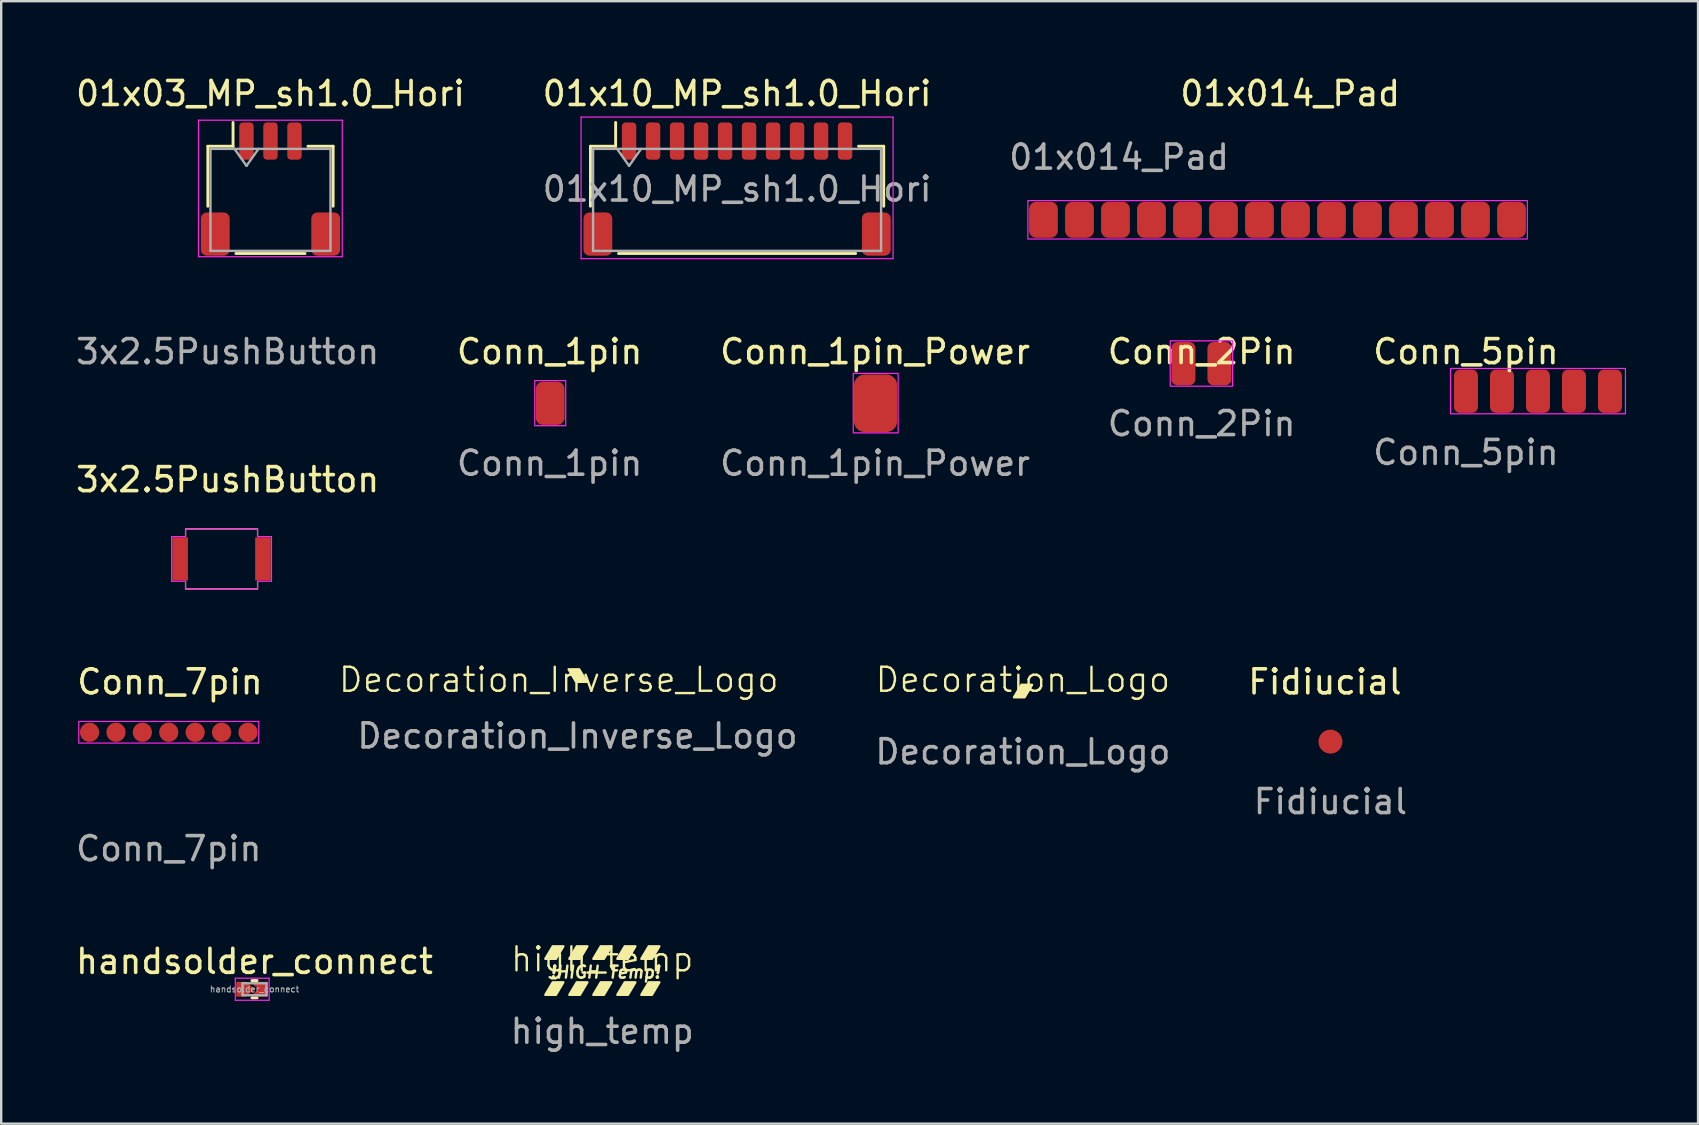
<source format=kicad_pcb>
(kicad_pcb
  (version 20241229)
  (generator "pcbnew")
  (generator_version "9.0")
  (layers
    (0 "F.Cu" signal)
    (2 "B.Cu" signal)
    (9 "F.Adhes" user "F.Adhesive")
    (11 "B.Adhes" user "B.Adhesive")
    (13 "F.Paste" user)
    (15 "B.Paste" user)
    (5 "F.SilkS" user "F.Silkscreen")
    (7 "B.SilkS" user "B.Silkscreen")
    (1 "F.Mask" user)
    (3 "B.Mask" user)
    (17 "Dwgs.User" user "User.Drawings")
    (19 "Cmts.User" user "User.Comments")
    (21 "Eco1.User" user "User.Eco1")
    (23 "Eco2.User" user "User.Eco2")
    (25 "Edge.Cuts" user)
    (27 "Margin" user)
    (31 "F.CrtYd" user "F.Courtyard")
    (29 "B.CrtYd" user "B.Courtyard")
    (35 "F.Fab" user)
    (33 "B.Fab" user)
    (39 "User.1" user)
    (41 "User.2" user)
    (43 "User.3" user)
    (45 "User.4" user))
  (footprint "01x10_MP_sh1.0_Hori"
    (layer "F.Cu")
    (at 27.661 4.828)
    (property "Reference" "01x10_MP_sh1.0_Hori" (at 0 -3.98 180) (layer "F.SilkS") (effects (font (size 1 1) (thickness 0.15))))
    (attr smd)
    (fp_line (start -6.11 -1.785) (end -5.06 -1.785) (stroke (width 0.12) (type solid)) (layer "F.SilkS"))
    (fp_line (start -6.11 0.715) (end -6.11 -1.785) (stroke (width 0.12) (type solid)) (layer "F.SilkS"))
    (fp_line (start -5.06 -1.785) (end -5.06 -2.775) (stroke (width 0.12) (type solid)) (layer "F.SilkS"))
    (fp_line (start -4.94 2.685) (end 4.94 2.685) (stroke (width 0.12) (type solid)) (layer "F.SilkS"))
    (fp_line (start 6.11 -1.785) (end 5.06 -1.785) (stroke (width 0.12) (type solid)) (layer "F.SilkS"))
    (fp_line (start 6.11 0.715) (end 6.11 -1.785) (stroke (width 0.12) (type solid)) (layer "F.SilkS"))
    (fp_line (start -6.5 -3) (end -6.5 2.9) (stroke (width 0.05) (type solid)) (layer "F.CrtYd"))
    (fp_line (start -6.5 2.9) (end 6.5 2.9) (stroke (width 0.05) (type solid)) (layer "F.CrtYd"))
    (fp_line (start 6.5 -3) (end -6.5 -3) (stroke (width 0.05) (type solid)) (layer "F.CrtYd"))
    (fp_line (start 6.5 2.9) (end 6.5 -3) (stroke (width 0.05) (type solid)) (layer "F.CrtYd"))
    (fp_line (start -6 -1.675) (end -6 2.575) (stroke (width 0.1) (type solid)) (layer "F.Fab"))
    (fp_line (start -6 -1.675) (end 6 -1.675) (stroke (width 0.1) (type solid)) (layer "F.Fab"))
    (fp_line (start -6 2.575) (end 6 2.575) (stroke (width 0.1) (type solid)) (layer "F.Fab"))
    (fp_line (start -5 -1.675) (end -4.5 -0.968) (stroke (width 0.1) (type solid)) (layer "F.Fab"))
    (fp_line (start -4.5 -0.968) (end -4 -1.675) (stroke (width 0.1) (type solid)) (layer "F.Fab"))
    (fp_line (start 6 -1.675) (end 6 2.575) (stroke (width 0.1) (type solid)) (layer "F.Fab"))
    (fp_text user "${REFERENCE}" (at 0 0 180) (layer "F.Fab") (effects (font (size 1 1) (thickness 0.15))))
    (pad "1" smd roundrect (at -4.5 -2) (size 0.6 1.55) (layers "F.Cu" "F.Mask" "F.Paste") (roundrect_rratio 0.25))
    (pad "2" smd roundrect (at -3.5 -2) (size 0.6 1.55) (layers "F.Cu" "F.Mask" "F.Paste") (roundrect_rratio 0.25))
    (pad "3" smd roundrect (at -2.5 -2) (size 0.6 1.55) (layers "F.Cu" "F.Mask" "F.Paste") (roundrect_rratio 0.25))
    (pad "4" smd roundrect (at -1.5 -2) (size 0.6 1.55) (layers "F.Cu" "F.Mask" "F.Paste") (roundrect_rratio 0.25))
    (pad "5" smd roundrect (at -0.5 -2) (size 0.6 1.55) (layers "F.Cu" "F.Mask" "F.Paste") (roundrect_rratio 0.25))
    (pad "6" smd roundrect (at 0.5 -2) (size 0.6 1.55) (layers "F.Cu" "F.Mask" "F.Paste") (roundrect_rratio 0.25))
    (pad "7" smd roundrect (at 1.5 -2) (size 0.6 1.55) (layers "F.Cu" "F.Mask" "F.Paste") (roundrect_rratio 0.25))
    (pad "8" smd roundrect (at 2.5 -2) (size 0.6 1.55) (layers "F.Cu" "F.Mask" "F.Paste") (roundrect_rratio 0.25))
    (pad "9" smd roundrect (at 3.5 -2) (size 0.6 1.55) (layers "F.Cu" "F.Mask" "F.Paste") (roundrect_rratio 0.25))
    (pad "10" smd roundrect (at 4.5 -2) (size 0.6 1.55) (layers "F.Cu" "F.Mask" "F.Paste") (roundrect_rratio 0.25))
    (pad "MP" smd roundrect (at -5.8 1.875) (size 1.2 1.8) (layers "F.Cu" "F.Mask" "F.Paste") (roundrect_rratio 0.208))
    (pad "MP" smd roundrect (at 5.8 1.875) (size 1.2 1.8) (layers "F.Cu" "F.Mask" "F.Paste") (roundrect_rratio 0.208)))
  (footprint "Conn_1pin_Power"
    (layer "F.Cu")
    (at 33.411 13.752)
    (property "Reference" "Conn_1pin_Power" (at 0 -2.15 0) (unlocked yes) (layer "F.SilkS") (effects (font (size 1 1) (thickness 0.15))))
    (attr smd exclude_from_bom)
    (fp_rect (start -0.91 -1.245) (end 0.96 1.235) (stroke (width 0.05) (type solid)) (fill no) (layer "F.CrtYd"))
    (fp_text user "${REFERENCE}" (at 0 2.5 0) (unlocked yes) (layer "F.Fab") (effects (font (size 1 1) (thickness 0.15))))
    (pad "1" smd roundrect (at 0.02 0) (size 1.8 2.4) (layers "F.Cu" "F.Mask" "F.Paste") (roundrect_rratio 0.25)))
  (footprint "Fidiucial"
    (layer "F.Cu")
    (at 52.384 27.851)
    (property "Reference" "Fidiucial" (at -0.23 -2.49 0) (unlocked yes) (layer "F.SilkS") (effects (font (size 1 1) (thickness 0.15))))
    (attr smd)
    (fp_text user "${REFERENCE}" (at 0 2.5 0) (unlocked yes) (layer "F.Fab") (effects (font (size 1 1) (thickness 0.15))))
    (pad "1" smd circle (at 0 0) (size 1 1) (layers "F.Cu" "F.Mask" "F.Paste")))
  (footprint "Conn_1pin"
    (layer "F.Cu")
    (at 19.851 13.752)
    (property "Reference" "Conn_1pin" (at 0 -2.15 0) (unlocked yes) (layer "F.SilkS") (effects (font (size 1 1) (thickness 0.15))))
    (attr smd exclude_from_bom)
    (fp_rect (start -0.62 -0.945) (end 0.67 0.935) (stroke (width 0.05) (type solid)) (fill no) (layer "F.CrtYd"))
    (fp_text user "${REFERENCE}" (at 0 2.5 0) (unlocked yes) (layer "F.Fab") (effects (font (size 1 1) (thickness 0.15))))
    (pad "1" smd roundrect (at 0.02 0) (size 1.2 1.8) (layers "F.Cu" "F.Mask" "F.Paste") (roundrect_rratio 0.25)))
  (footprint "01x03_MP_sh1.0_Hori"
    (layer "F.Cu")
    (at 8.22 4.828)
    (property "Reference" "01x03_MP_sh1.0_Hori" (at 0 -3.98 0) (layer "F.SilkS") (effects (font (size 1 1) (thickness 0.15))))
    (attr smd)
    (fp_line (start -2.61 -1.785) (end -1.56 -1.785) (stroke (width 0.12) (type solid)) (layer "F.SilkS"))
    (fp_line (start -2.61 0.715) (end -2.61 -1.785) (stroke (width 0.12) (type solid)) (layer "F.SilkS"))
    (fp_line (start -1.56 -1.785) (end -1.56 -2.775) (stroke (width 0.12) (type solid)) (layer "F.SilkS"))
    (fp_line (start -1.44 2.685) (end 1.44 2.685) (stroke (width 0.12) (type solid)) (layer "F.SilkS"))
    (fp_line (start 2.61 -1.785) (end 1.56 -1.785) (stroke (width 0.12) (type solid)) (layer "F.SilkS"))
    (fp_line (start 2.61 0.715) (end 2.61 -1.785) (stroke (width 0.12) (type solid)) (layer "F.SilkS"))
    (fp_line (start -3 -2.87) (end -3 2.82) (stroke (width 0.05) (type solid)) (layer "F.CrtYd"))
    (fp_line (start -3 2.82) (end 2.99 2.82) (stroke (width 0.05) (type solid)) (layer "F.CrtYd"))
    (fp_line (start 2.99 -2.87) (end -3 -2.87) (stroke (width 0.05) (type solid)) (layer "F.CrtYd"))
    (fp_line (start 2.99 2.82) (end 2.99 -2.87) (stroke (width 0.05) (type solid)) (layer "F.CrtYd"))
    (fp_line (start -2.5 -1.675) (end -2.5 2.575) (stroke (width 0.1) (type solid)) (layer "F.Fab"))
    (fp_line (start -2.5 -1.675) (end 2.5 -1.675) (stroke (width 0.1) (type solid)) (layer "F.Fab"))
    (fp_line (start -2.5 2.575) (end 2.5 2.575) (stroke (width 0.1) (type solid)) (layer "F.Fab"))
    (fp_line (start -1.5 -1.675) (end -1 -0.968) (stroke (width 0.1) (type solid)) (layer "F.Fab"))
    (fp_line (start -1 -0.968) (end -0.5 -1.675) (stroke (width 0.1) (type solid)) (layer "F.Fab"))
    (fp_line (start 2.5 -1.675) (end 2.5 2.575) (stroke (width 0.1) (type solid)) (layer "F.Fab"))
    (pad "1" smd roundrect (at -1 -2) (size 0.6 1.55) (layers "F.Cu" "F.Mask" "F.Paste") (roundrect_rratio 0.25))
    (pad "2" smd roundrect (at 0 -2) (size 0.6 1.55) (layers "F.Cu" "F.Mask" "F.Paste") (roundrect_rratio 0.25))
    (pad "3" smd roundrect (at 1 -2) (size 0.6 1.55) (layers "F.Cu" "F.Mask" "F.Paste") (roundrect_rratio 0.25))
    (pad "MP" smd roundrect (at -2.3 1.875) (size 1.2 1.8) (layers "F.Cu" "F.Mask" "F.Paste") (roundrect_rratio 0.208))
    (pad "MP" smd roundrect (at 2.3 1.875) (size 1.2 1.8) (layers "F.Cu" "F.Mask" "F.Paste") (roundrect_rratio 0.208)))
  (footprint "Conn_7pin"
    (layer "F.Cu")
    (at 4.332 27.461)
    (property "Reference" "Conn_7pin" (at -0.3 -2.1 0) (unlocked yes) (layer "F.SilkS") (effects (font (size 1 1) (thickness 0.15))))
    (attr smd)
    (fp_rect (start -4.1 -0.45) (end 3.4 0.45) (stroke (width 0.05) (type solid)) (fill no) (layer "F.CrtYd"))
    (fp_text user "${REFERENCE}" (at -0.35 4.85 0) (unlocked yes) (layer "F.Fab") (effects (font (size 1 1) (thickness 0.15))))
    (pad "1" smd circle (at -3.65 0) (size 0.8 0.8) (layers "F.Cu" "F.Mask" "F.Paste"))
    (pad "2" smd circle (at -2.55 0) (size 0.8 0.8) (layers "F.Cu" "F.Mask" "F.Paste"))
    (pad "3" smd circle (at -1.45 0) (size 0.8 0.8) (layers "F.Cu" "F.Mask" "F.Paste"))
    (pad "4" smd circle (at -0.35 0) (size 0.8 0.8) (layers "F.Cu" "F.Mask" "F.Paste"))
    (pad "5" smd circle (at 0.75 0) (size 0.8 0.8) (layers "F.Cu" "F.Mask" "F.Paste"))
    (pad "6" smd circle (at 1.85 0) (size 0.8 0.8) (layers "F.Cu" "F.Mask" "F.Paste"))
    (pad "7" smd circle (at 2.95 0) (size 0.8 0.8) (layers "F.Cu" "F.Mask" "F.Paste")))
  (footprint "Decoration_Inverse_Logo"
    (layer "F.Cu")
    (at 21.011 25.113)
    (property "Reference" "Decoration_Inverse_Logo" (at -0.78 0.16 0) (unlocked yes) (layer "F.SilkS") (effects (font (size 1 1) (thickness 0.1))))
    (fp_poly (pts (xy -0.058 0.244) (xy 0.382 0.244) (xy 0.072 -0.276) (xy -0.368 -0.276)) (stroke (width 0.1) (type solid)) (fill yes) (layer "F.SilkS"))
    (fp_text user "${REFERENCE}" (at 0 2.5 0) (unlocked yes) (layer "F.Fab") (effects (font (size 1 1) (thickness 0.15)))))
  (footprint "high_temp"
    (layer "F.Cu")
    (at 22.042 37.419)
    (property "Reference" "high_temp" (at 0 -0.5 0) (unlocked yes) (layer "F.SilkS") (effects (font (size 1 1) (thickness 0.1))))
    (fp_poly (pts (xy -1.93 -0.52) (xy -2.37 -0.52) (xy -2.06 -1.04) (xy -1.62 -1.04)) (stroke (width 0.1) (type solid)) (fill yes) (layer "F.SilkS"))
    (fp_poly (pts (xy -1.93 0.98) (xy -2.37 0.98) (xy -2.06 0.46) (xy -1.62 0.46)) (stroke (width 0.1) (type solid)) (fill yes) (layer "F.SilkS"))
    (fp_poly (pts (xy -0.93 -0.52) (xy -1.37 -0.52) (xy -1.06 -1.04) (xy -0.62 -1.04)) (stroke (width 0.1) (type solid)) (fill yes) (layer "F.SilkS"))
    (fp_poly (pts (xy -0.93 0.98) (xy -1.37 0.98) (xy -1.06 0.46) (xy -0.62 0.46)) (stroke (width 0.1) (type solid)) (fill yes) (layer "F.SilkS"))
    (fp_poly (pts (xy 0.07 -0.52) (xy -0.37 -0.52) (xy -0.06 -1.04) (xy 0.38 -1.04)) (stroke (width 0.1) (type solid)) (fill yes) (layer "F.SilkS"))
    (fp_poly (pts (xy 0.07 0.98) (xy -0.37 0.98) (xy -0.06 0.46) (xy 0.38 0.46)) (stroke (width 0.1) (type solid)) (fill yes) (layer "F.SilkS"))
    (fp_poly (pts (xy 1.07 -0.52) (xy 0.63 -0.52) (xy 0.94 -1.04) (xy 1.38 -1.04)) (stroke (width 0.1) (type solid)) (fill yes) (layer "F.SilkS"))
    (fp_poly (pts (xy 1.07 0.98) (xy 0.63 0.98) (xy 0.94 0.46) (xy 1.38 0.46)) (stroke (width 0.1) (type solid)) (fill yes) (layer "F.SilkS"))
    (fp_poly (pts (xy 2.07 -0.52) (xy 1.63 -0.52) (xy 1.94 -1.04) (xy 2.38 -1.04)) (stroke (width 0.1) (type solid)) (fill yes) (layer "F.SilkS"))
    (fp_poly (pts (xy 2.07 0.98) (xy 1.63 0.98) (xy 1.94 0.46) (xy 2.38 0.46)) (stroke (width 0.1) (type solid)) (fill yes) (layer "F.SilkS"))
    (fp_text user "!HIGH Temp!" (at -2.22 0.33 0) (unlocked yes) (layer "F.SilkS") (effects (font (size 0.5 0.5) (thickness 0.1) (bold yes) (italic yes)) (justify left bottom)))
    (fp_text user "${REFERENCE}" (at 0 2.5 0) (unlocked yes) (layer "F.Fab") (effects (font (size 1 1) (thickness 0.15)))))
  (footprint "Conn_2Pin"
    (layer "F.Cu")
    (at 47.018 12.101)
    (property "Reference" "Conn_2Pin" (at 0 -0.5 0) (unlocked yes) (layer "F.SilkS") (effects (font (size 1 1) (thickness 0.15))))
    (attr smd exclude_from_bom)
    (fp_rect (start -1.31 -0.95) (end 1.29 0.94) (stroke (width 0.05) (type solid)) (fill no) (layer "F.CrtYd"))
    (fp_text user "${REFERENCE}" (at 0 2.5 0) (unlocked yes) (layer "F.Fab") (effects (font (size 1 1) (thickness 0.15))))
    (pad "1" smd roundrect (at -0.76 0) (size 1 1.8) (layers "F.Cu" "F.Mask" "F.Paste") (roundrect_rratio 0.25))
    (pad "2" smd roundrect (at 0.74 0) (size 1 1.8) (layers "F.Cu" "F.Mask" "F.Paste") (roundrect_rratio 0.25)))
  (footprint "01x014_Pad"
    (layer "F.Cu")
    (at 50.197 6.038)
    (property "Reference" "01x014_Pad" (at 0.51 -5.19 0) (unlocked yes) (layer "F.SilkS") (effects (font (size 1 1) (thickness 0.15))))
    (attr smd)
    (fp_rect (start -10.42 -0.73) (end 10.39 0.87) (stroke (width 0.05) (type solid)) (fill no) (layer "F.CrtYd"))
    (fp_text user "${REFERENCE}" (at -6.62 -2.54 0) (unlocked yes) (layer "F.Fab") (effects (font (size 1 1) (thickness 0.15))))
    (pad "1" smd roundrect (at -9.77 0.07) (size 1.2 1.5) (layers "F.Cu" "F.Mask" "F.Paste") (roundrect_rratio 0.25))
    (pad "2" smd roundrect (at -8.27 0.07) (size 1.2 1.5) (layers "F.Cu" "F.Mask" "F.Paste") (roundrect_rratio 0.25))
    (pad "3" smd roundrect (at -6.77 0.07) (size 1.2 1.5) (layers "F.Cu" "F.Mask" "F.Paste") (roundrect_rratio 0.25))
    (pad "4" smd roundrect (at -5.27 0.07) (size 1.2 1.5) (layers "F.Cu" "F.Mask" "F.Paste") (roundrect_rratio 0.25))
    (pad "5" smd roundrect (at -3.77 0.07) (size 1.2 1.5) (layers "F.Cu" "F.Mask" "F.Paste") (roundrect_rratio 0.25))
    (pad "6" smd roundrect (at -2.27 0.07) (size 1.2 1.5) (layers "F.Cu" "F.Mask" "F.Paste") (roundrect_rratio 0.25))
    (pad "7" smd roundrect (at -0.77 0.07) (size 1.2 1.5) (layers "F.Cu" "F.Mask" "F.Paste") (roundrect_rratio 0.25))
    (pad "8" smd roundrect (at 0.73 0.07) (size 1.2 1.5) (layers "F.Cu" "F.Mask" "F.Paste") (roundrect_rratio 0.25))
    (pad "9" smd roundrect (at 2.23 0.07) (size 1.2 1.5) (layers "F.Cu" "F.Mask" "F.Paste") (roundrect_rratio 0.25))
    (pad "10" smd roundrect (at 3.73 0.07) (size 1.2 1.5) (layers "F.Cu" "F.Mask" "F.Paste") (roundrect_rratio 0.25))
    (pad "11" smd roundrect (at 5.23 0.07) (size 1.2 1.5) (layers "F.Cu" "F.Mask" "F.Paste") (roundrect_rratio 0.25))
    (pad "12" smd roundrect (at 6.73 0.07) (size 1.2 1.5) (layers "F.Cu" "F.Mask" "F.Paste") (roundrect_rratio 0.25))
    (pad "13" smd roundrect (at 8.23 0.07) (size 1.2 1.5) (layers "F.Cu" "F.Mask" "F.Paste") (roundrect_rratio 0.25))
    (pad "14" smd roundrect (at 9.73 0.07) (size 1.2 1.5) (layers "F.Cu" "F.Mask" "F.Paste") (roundrect_rratio 0.25)))
  (footprint "3x2.5PushButton"
    (layer "F.Cu")
    (at 6.181 20.238)
    (property "Reference" "3x2.5PushButton" (at 0.254 -3.302 0) (unlocked yes) (layer "F.SilkS") (effects (font (size 1 1) (thickness 0.15))))
    (fp_line (start -1.5 -1.25) (end -1.5 -0.95) (stroke (width 0.05) (type solid)) (layer "F.SilkS"))
    (fp_line (start -1.5 1.25) (end -1.5 0.95) (stroke (width 0.05) (type solid)) (layer "F.SilkS"))
    (fp_line (start 1.5 -1.25) (end -1.5 -1.25) (stroke (width 0.05) (type solid)) (layer "F.SilkS"))
    (fp_line (start 1.5 -1.25) (end 1.5 -0.95) (stroke (width 0.05) (type solid)) (layer "F.SilkS"))
    (fp_line (start 1.5 1.25) (end -1.5 1.25) (stroke (width 0.05) (type solid)) (layer "F.SilkS"))
    (fp_line (start 1.5 1.25) (end 1.5 0.95) (stroke (width 0.05) (type solid)) (layer "F.SilkS"))
    (fp_line (start -2.08 -0.93) (end -1.5 -0.93) (stroke (width 0.05) (type solid)) (layer "F.CrtYd"))
    (fp_line (start -2.08 0.93) (end -2.08 -0.93) (stroke (width 0.05) (type solid)) (layer "F.CrtYd"))
    (fp_line (start -1.5 -1.25) (end 1.5 -1.25) (stroke (width 0.05) (type solid)) (layer "F.CrtYd"))
    (fp_line (start -1.5 -0.93) (end -1.5 -1.25) (stroke (width 0.05) (type solid)) (layer "F.CrtYd"))
    (fp_line (start -1.5 0.93) (end -2.08 0.93) (stroke (width 0.05) (type solid)) (layer "F.CrtYd"))
    (fp_line (start -1.5 1.25) (end -1.5 0.93) (stroke (width 0.05) (type solid)) (layer "F.CrtYd"))
    (fp_line (start 1.5 -1.25) (end 1.5 -0.93) (stroke (width 0.05) (type solid)) (layer "F.CrtYd"))
    (fp_line (start 1.5 -0.93) (end 2.08 -0.93) (stroke (width 0.05) (type solid)) (layer "F.CrtYd"))
    (fp_line (start 1.5 0.93) (end 1.5 1.25) (stroke (width 0.05) (type solid)) (layer "F.CrtYd"))
    (fp_line (start 1.5 1.25) (end -1.5 1.25) (stroke (width 0.05) (type solid)) (layer "F.CrtYd"))
    (fp_line (start 2.08 -0.93) (end 2.08 0.91) (stroke (width 0.05) (type solid)) (layer "F.CrtYd"))
    (fp_line (start 2.08 0.91) (end 2.08 0.93) (stroke (width 0.05) (type solid)) (layer "F.CrtYd"))
    (fp_line (start 2.08 0.93) (end 1.5 0.93) (stroke (width 0.05) (type solid)) (layer "F.CrtYd"))
    (fp_text user "${REFERENCE}" (at 0.254 -8.636 0) (unlocked yes) (layer "F.Fab") (effects (font (size 1 1) (thickness 0.15))))
    (pad "1" smd rect (at -1.725 0) (size 0.65 1.8) (layers "F.Cu" "F.Mask" "F.Paste"))
    (pad "2" smd rect (at 1.725 0) (size 0.65 1.8) (layers "F.Cu" "F.Mask" "F.Paste")))
  (footprint "Conn_5pin"
    (layer "F.Cu")
    (at 58.03 13.302)
    (property "Reference" "Conn_5pin" (at 0 -1.7 0) (unlocked yes) (layer "F.SilkS") (effects (font (size 1 1) (thickness 0.15))))
    (attr smd)
    (fp_rect (start -0.645 -1) (end 6.645 0.89) (stroke (width 0.05) (type solid)) (fill no) (layer "F.CrtYd"))
    (fp_text user "${REFERENCE}" (at 0 2.5 0) (unlocked yes) (layer "F.Fab") (effects (font (size 1 1) (thickness 0.15))))
    (pad "1" smd roundrect (at 0 -0.05) (size 1 1.8) (layers "F.Cu" "F.Mask" "F.Paste") (roundrect_rratio 0.25))
    (pad "2" smd roundrect (at 1.5 -0.05) (size 1 1.8) (layers "F.Cu" "F.Mask" "F.Paste") (roundrect_rratio 0.25))
    (pad "3" smd roundrect (at 3 -0.05) (size 1 1.8) (layers "F.Cu" "F.Mask" "F.Paste") (roundrect_rratio 0.25))
    (pad "4" smd roundrect (at 4.5 -0.05) (size 1 1.8) (layers "F.Cu" "F.Mask" "F.Paste") (roundrect_rratio 0.25))
    (pad "5" smd roundrect (at 6 -0.05) (size 1 1.8) (layers "F.Cu" "F.Mask" "F.Paste") (roundrect_rratio 0.25)))
  (footprint "handsolder_connect"
    (layer "F.Cu")
    (at 7.554 38.167)
    (property "Reference" "handsolder_connect" (at 0 -1.16 0) (layer "F.SilkS") (effects (font (size 1 1) (thickness 0.15))))
    (attr smd)
    (fp_line (start -0.108 -0.36) (end 0.108 -0.36) (stroke (width 0.12) (type solid)) (layer "F.SilkS"))
    (fp_line (start -0.108 0.36) (end 0.108 0.36) (stroke (width 0.12) (type solid)) (layer "F.SilkS"))
    (fp_line (start -0.8 -0.46) (end 0.61 -0.46) (stroke (width 0.05) (type solid)) (layer "F.CrtYd"))
    (fp_line (start -0.8 0.46) (end -0.8 -0.46) (stroke (width 0.05) (type solid)) (layer "F.CrtYd"))
    (fp_line (start 0.61 -0.46) (end 0.61 0.46) (stroke (width 0.05) (type solid)) (layer "F.CrtYd"))
    (fp_line (start 0.61 0.46) (end -0.8 0.46) (stroke (width 0.05) (type solid)) (layer "F.CrtYd"))
    (fp_line (start -0.5 -0.25) (end 0.5 -0.25) (stroke (width 0.1) (type solid)) (layer "F.Fab"))
    (fp_line (start -0.5 0.25) (end -0.5 -0.25) (stroke (width 0.1) (type solid)) (layer "F.Fab"))
    (fp_line (start 0.5 -0.25) (end 0.5 0.25) (stroke (width 0.1) (type solid)) (layer "F.Fab"))
    (fp_line (start 0.5 0.25) (end -0.5 0.25) (stroke (width 0.1) (type solid)) (layer "F.Fab"))
    (fp_text user "${REFERENCE}" (at 0 0 0) (layer "F.Fab") (effects (font (size 0.25 0.25) (thickness 0.04))))
    (pad "1" smd custom (at -0.565 0) (size 0.39 0.62) (layers "F.Cu" "F.Mask" "F.Paste") (options (anchor rect)) (primitives (gr_poly (pts (xy 0.195 -0.29) (xy 0.545 0) (xy 0.195 0.29)) (width 0.04) (fill yes))))
    (pad "2" smd custom (at 0.375 0) (size 0.35 0.62) (layers "F.Cu" "F.Mask" "F.Paste") (options (anchor rect)) (primitives (gr_poly (pts (xy -0.505 -0.29) (xy -0.175 0) (xy -0.505 0.29) (xy -0.015 0.29) (xy -0.015 -0.29)) (width 0.04) (fill yes)))))
  (footprint "Decoration_Logo"
    (layer "F.Cu")
    (at 39.57 25.773)
    (property "Reference" "Decoration_Logo" (at 0 -0.5 0) (unlocked yes) (layer "F.SilkS") (effects (font (size 1 1) (thickness 0.1))))
    (fp_poly (pts (xy 0.069 0.23) (xy -0.371 0.23) (xy -0.061 -0.29) (xy 0.379 -0.29)) (stroke (width 0.1) (type solid)) (fill yes) (layer "F.SilkS"))
    (fp_text user "${REFERENCE}" (at 0 2.5 0) (unlocked yes) (layer "F.Fab") (effects (font (size 1 1) (thickness 0.15)))))
  (gr_rect
    (start -3 -3)
    (end 67.7 43.768)
    (stroke (width 0.1) (type default))
    (fill no)
    (layer "Edge.Cuts")))
</source>
